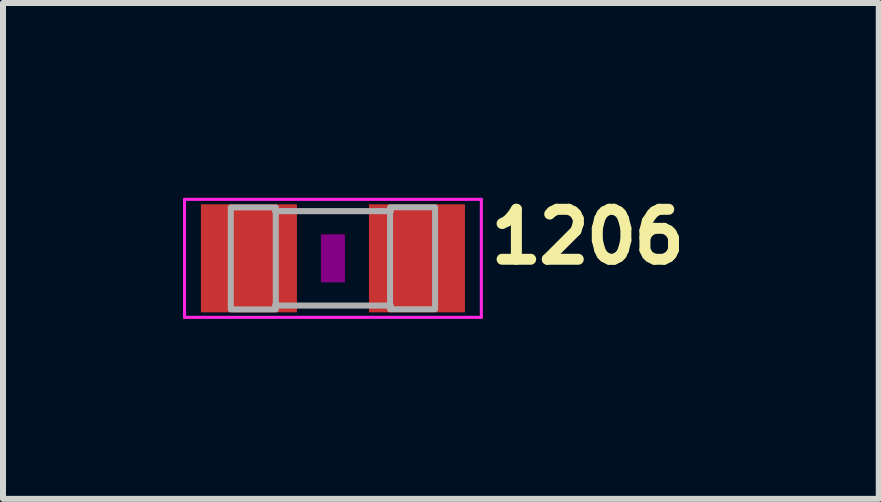
<source format=kicad_pcb>
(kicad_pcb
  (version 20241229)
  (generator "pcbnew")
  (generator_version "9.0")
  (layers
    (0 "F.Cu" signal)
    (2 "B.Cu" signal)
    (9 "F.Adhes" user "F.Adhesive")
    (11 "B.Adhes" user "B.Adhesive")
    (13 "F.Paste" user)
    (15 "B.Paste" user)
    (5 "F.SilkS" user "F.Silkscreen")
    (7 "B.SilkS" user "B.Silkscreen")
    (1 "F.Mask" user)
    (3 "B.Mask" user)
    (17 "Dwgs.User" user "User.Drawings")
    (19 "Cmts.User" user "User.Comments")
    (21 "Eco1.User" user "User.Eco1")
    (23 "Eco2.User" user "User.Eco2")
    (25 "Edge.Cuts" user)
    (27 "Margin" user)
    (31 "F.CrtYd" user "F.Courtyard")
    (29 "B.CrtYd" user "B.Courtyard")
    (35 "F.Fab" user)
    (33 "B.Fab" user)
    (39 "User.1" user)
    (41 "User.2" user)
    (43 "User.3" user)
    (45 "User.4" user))
  (footprint "1206"
    (layer "F.Cu")
    (at 2.498 1.255)
    (property "Reference" "1206" (at 2.54 0.127 0) (unlocked yes) (layer "F.SilkS") (effects (font (size 0.833 0.833) (thickness 0.183)) (justify left bottom)))
    (fp_poly (pts (xy -0.2 0.4) (xy 0.2 0.4) (xy 0.2 -0.4) (xy -0.2 -0.4)) (stroke (width 0) (type default)) (fill yes) (layer "F.Adhes"))
    (fp_line (start -2.473 -0.983) (end 2.473 -0.983) (stroke (width 0.051) (type solid)) (layer "F.CrtYd"))
    (fp_line (start -2.473 0.983) (end -2.473 -0.983) (stroke (width 0.051) (type solid)) (layer "F.CrtYd"))
    (fp_line (start 2.473 -0.983) (end 2.473 0.983) (stroke (width 0.051) (type solid)) (layer "F.CrtYd"))
    (fp_line (start 2.473 0.983) (end -2.473 0.983) (stroke (width 0.051) (type solid)) (layer "F.CrtYd"))
    (fp_line (start -0.965 -0.787) (end 0.965 -0.787) (stroke (width 0.102) (type solid)) (layer "F.Fab"))
    (fp_line (start -0.965 0.787) (end 0.965 0.787) (stroke (width 0.102) (type solid)) (layer "F.Fab"))
    (fp_poly (pts (xy -1.702 0.851) (xy -0.952 0.851) (xy -0.952 -0.849) (xy -1.702 -0.849)) (stroke (width 0.1) (type default)) (fill no) (layer "F.Fab"))
    (fp_poly (pts (xy 0.952 0.849) (xy 1.702 0.849) (xy 1.702 -0.851) (xy 0.952 -0.851)) (stroke (width 0.1) (type default)) (fill no) (layer "F.Fab"))
    (pad "1" smd rect (at -1.4 0) (size 1.6 1.8) (layers "F.Cu" "F.Mask" "F.Paste"))
    (pad "2" smd rect (at 1.4 0) (size 1.6 1.8) (layers "F.Cu" "F.Mask" "F.Paste")))
  (gr_rect
    (start -3 -3)
    (end 11.594 5.263)
    (stroke (width 0.1) (type default))
    (fill no)
    (layer "Edge.Cuts")))
</source>
